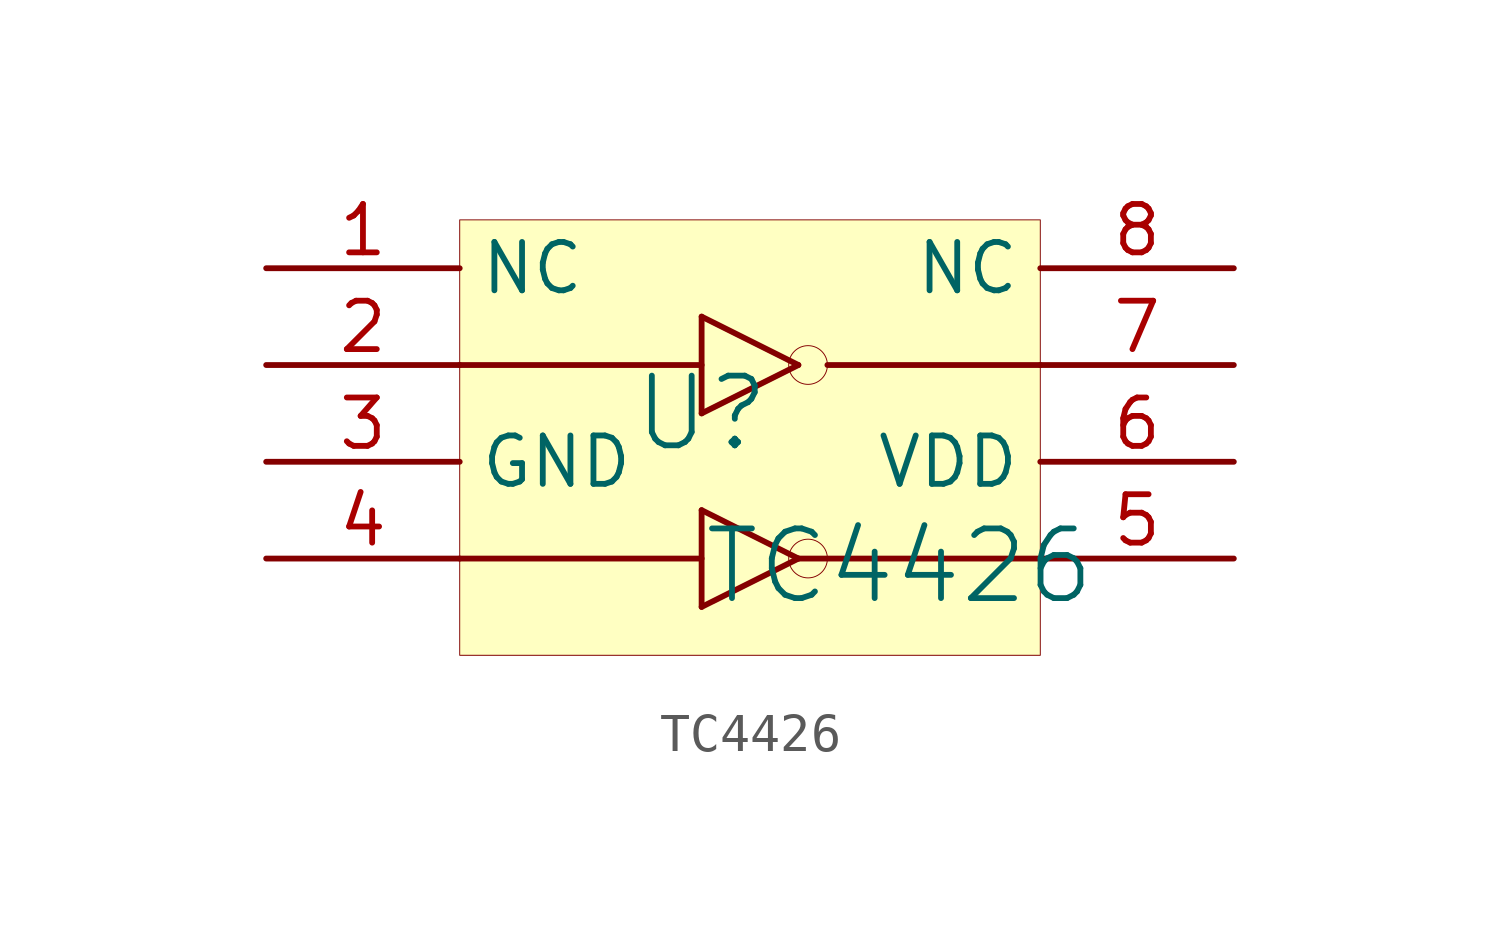
<source format=kicad_sym>
(kicad_symbol_lib
  (version 20241209)
  (generator "kicad_symbol_editor")
  (generator_version "9.0")
  (symbol "TC4426"
    (property "Reference" "U"
      (at -1.27 1.27 0)
      (effects (font (size 1.829 1.829))))
    (property "Value" "TC4426"
      (at -1.27 -3.81 0)
      (effects (font (size 1.829 1.829)) (justify left bottom)))
    (symbol "TC4426_1_0"
      (polyline (pts (xy -7.62 2.54) (xy -1.27 2.54)) (stroke (width 0) (type solid)) (fill (type none)))
      (polyline (pts (xy -7.62 -2.54) (xy -1.27 -2.54)) (stroke (width 0) (type solid)) (fill (type none)))
      (polyline (pts (xy -1.27 3.81) (xy 1.27 2.54)) (stroke (width 0) (type solid)) (fill (type none)))
      (polyline (pts (xy -1.27 1.27) (xy -1.27 3.81)) (stroke (width 0) (type solid)) (fill (type none)))
      (polyline (pts (xy -1.27 1.27) (xy 1.27 2.54)) (stroke (width 0) (type solid)) (fill (type none)))
      (polyline (pts (xy -1.27 -1.27) (xy 1.27 -2.54)) (stroke (width 0) (type solid)) (fill (type none)))
      (polyline (pts (xy -1.27 -3.81) (xy -1.27 -1.27)) (stroke (width 0) (type solid)) (fill (type none)))
      (polyline (pts (xy -1.27 -3.81) (xy 1.27 -2.54)) (stroke (width 0) (type solid)) (fill (type none)))
      (polyline (pts (xy 1.27 -2.54) (xy 7.62 -2.54)) (stroke (width 0) (type solid)) (fill (type none)))
      (circle (center 1.524 2.54) (radius 0.508) (stroke (width 0.025) (type solid)) (fill (type color) (color 255 255 255 1)))
      (circle (center 1.524 -2.54) (radius 0.508) (stroke (width 0.025) (type solid)) (fill (type color) (color 255 255 255 1)))
      (rectangle (start 7.62 6.35) (end -7.62 -5.08) (stroke (width 0.025) (type solid) (color 128 0 0 1)) (fill (type background)))
      (polyline (pts (xy 7.62 2.54) (xy 2.032 2.54)) (stroke (width 0) (type solid)) (fill (type none)))
      (pin passive line (at -12.7 5.08 0) (length 5.08) (name "NC" (effects (font (size 1.27 1.27)))) (number "1" (effects (font (size 1.27 1.27)))))
      (pin passive line (at -12.7 2.54 0) (length 5.08) (name "INA" (effects (font (size 0 0)))) (number "2" (effects (font (size 1.27 1.27)))))
      (pin power_in line (at -12.7 0 0) (length 5.08) (name "GND" (effects (font (size 1.27 1.27)))) (number "3" (effects (font (size 1.27 1.27)))))
      (pin passive line (at -12.7 -2.54 0) (length 5.08) (name "INB" (effects (font (size 0 0)))) (number "4" (effects (font (size 1.27 1.27)))))
      (pin passive line (at 12.7 5.08 180) (length 5.08) (name "NC" (effects (font (size 1.27 1.27)))) (number "8" (effects (font (size 1.27 1.27)))))
      (pin passive line (at 12.7 2.54 180) (length 5.08) (name "~{OUTA}" (effects (font (size 0 0)))) (number "7" (effects (font (size 1.27 1.27)))))
      (pin power_in line (at 12.7 0 180) (length 5.08) (name "VDD" (effects (font (size 1.27 1.27)))) (number "6" (effects (font (size 1.27 1.27)))))
      (pin passive line (at 12.7 -2.54 180) (length 5.08) (name "OUTB" (effects (font (size 0 0)))) (number "5" (effects (font (size 1.27 1.27))))))))
</source>
